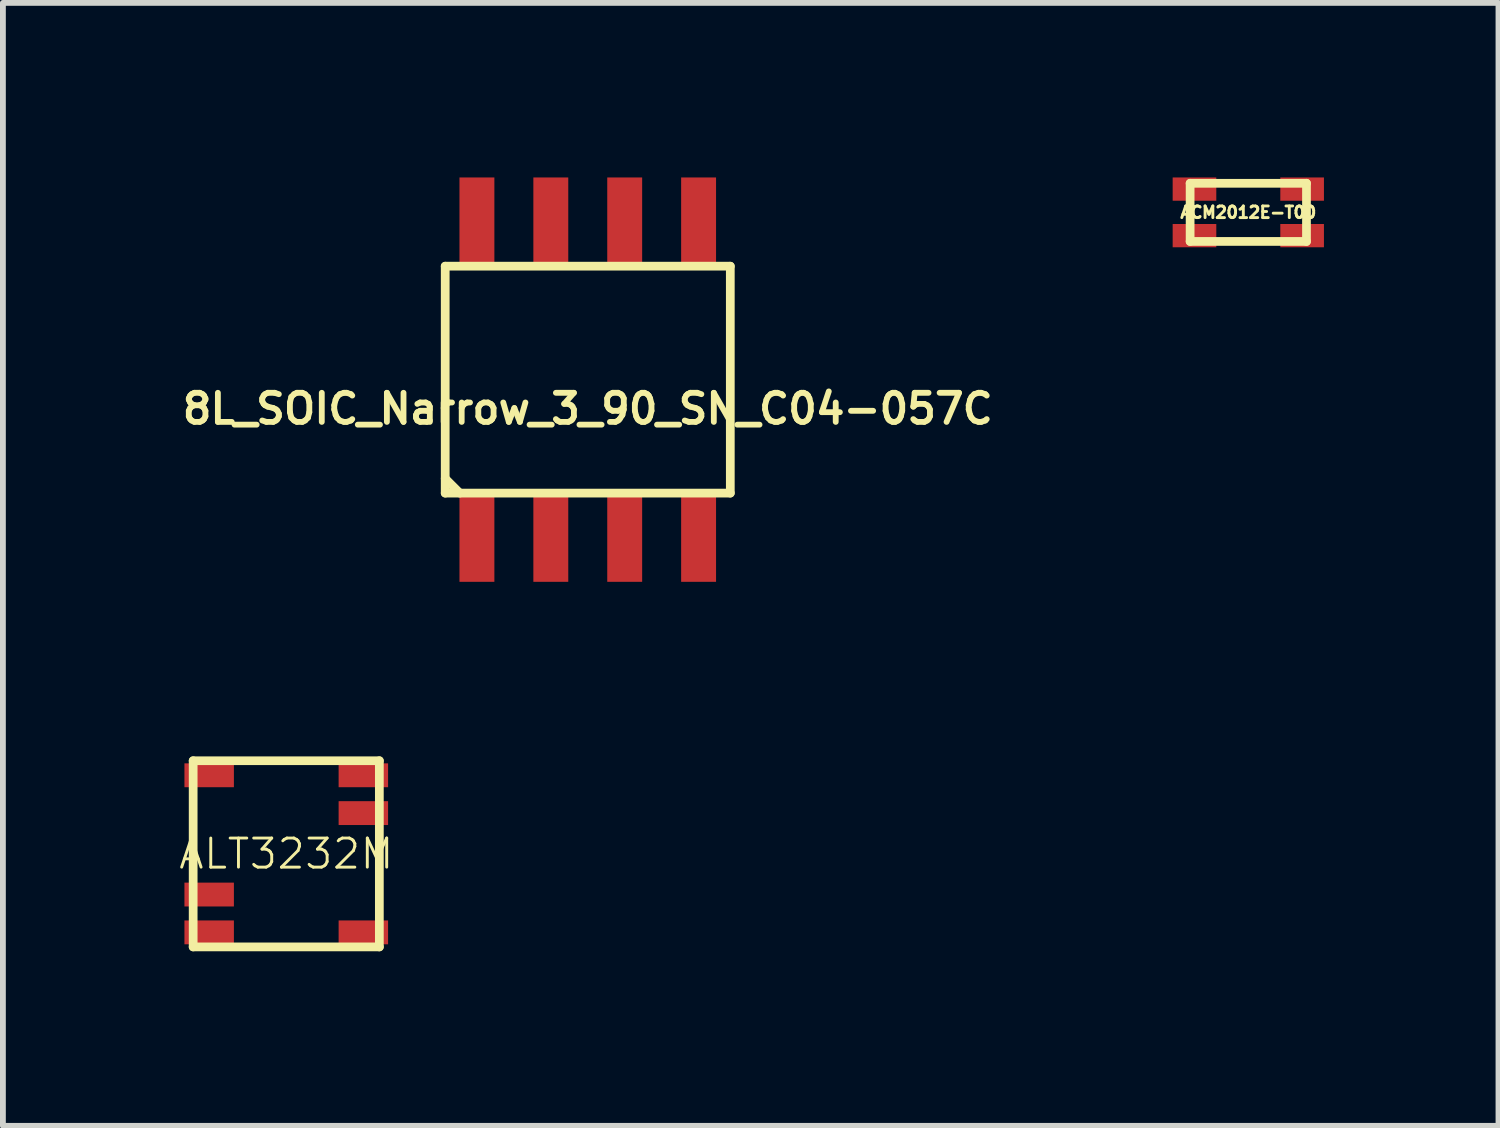
<source format=kicad_pcb>
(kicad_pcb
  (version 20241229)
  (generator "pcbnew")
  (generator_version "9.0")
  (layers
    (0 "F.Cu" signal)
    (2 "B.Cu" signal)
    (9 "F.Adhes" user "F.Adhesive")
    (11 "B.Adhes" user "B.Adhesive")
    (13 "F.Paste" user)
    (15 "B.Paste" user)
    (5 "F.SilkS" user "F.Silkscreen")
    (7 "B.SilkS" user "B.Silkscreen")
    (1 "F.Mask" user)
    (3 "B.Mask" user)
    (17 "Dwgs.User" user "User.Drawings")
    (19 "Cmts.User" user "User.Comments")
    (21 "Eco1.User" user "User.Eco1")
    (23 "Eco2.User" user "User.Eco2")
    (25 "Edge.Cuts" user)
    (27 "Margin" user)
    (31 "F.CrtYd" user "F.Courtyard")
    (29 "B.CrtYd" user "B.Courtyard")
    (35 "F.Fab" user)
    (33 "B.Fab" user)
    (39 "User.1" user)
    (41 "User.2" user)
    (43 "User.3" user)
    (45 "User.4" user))
  (footprint "ACM2012E-T00"
    (layer "F.Cu")
    (at 18.405 0.6)
    (property "Reference" "ACM2012E-T00" (at 0 0 0) (layer "F.SilkS") (effects (font (size 0.2 0.2) (thickness 0.05))))
    (attr through_hole)
    (fp_line (start -1 -0.5) (end 1 -0.5) (stroke (width 0.15) (type solid)) (layer "F.SilkS"))
    (fp_line (start -1 0.5) (end -1 -0.5) (stroke (width 0.15) (type solid)) (layer "F.SilkS"))
    (fp_line (start -1 0.5) (end 1 0.5) (stroke (width 0.15) (type solid)) (layer "F.SilkS"))
    (fp_line (start 1 0.5) (end 1 -0.5) (stroke (width 0.15) (type solid)) (layer "F.SilkS"))
    (pad "1" smd rect (at -0.925 -0.4) (size 0.75 0.4) (layers "F.Cu" "F.Mask" "F.Paste"))
    (pad "2" smd rect (at -0.925 0.4) (size 0.75 0.4) (layers "F.Cu" "F.Mask" "F.Paste"))
    (pad "3" smd rect (at 0.925 0.4) (size 0.75 0.4) (layers "F.Cu" "F.Mask" "F.Paste"))
    (pad "4" smd rect (at 0.925 -0.4) (size 0.75 0.4) (layers "F.Cu" "F.Mask" "F.Paste")))
  (footprint "ALT3232M"
    (layer "F.Cu")
    (at 1.87 11.625)
    (property "Reference" "ALT3232M" (at 0 0 0) (layer "F.SilkS") (effects (font (size 0.5 0.5) (thickness 0.05))))
    (attr through_hole)
    (fp_line (start -1.6 -1.6) (end 1.6 -1.6) (stroke (width 0.15) (type solid)) (layer "F.SilkS"))
    (fp_line (start -1.6 1.6) (end -1.6 -1.6) (stroke (width 0.15) (type solid)) (layer "F.SilkS"))
    (fp_line (start -1.6 1.6) (end 1.6 1.6) (stroke (width 0.15) (type solid)) (layer "F.SilkS"))
    (fp_line (start 1.6 1.6) (end 1.6 -1.6) (stroke (width 0.15) (type solid)) (layer "F.SilkS"))
    (pad "1" smd rect (at -1.325 1.35) (size 0.85 0.41) (layers "F.Cu" "F.Mask" "F.Paste"))
    (pad "2" smd rect (at -1.325 0.7) (size 0.85 0.41) (layers "F.Cu" "F.Mask" "F.Paste"))
    (pad "3" smd rect (at -1.325 -1.35) (size 0.85 0.41) (layers "F.Cu" "F.Mask" "F.Paste"))
    (pad "4" smd rect (at 1.325 -1.35) (size 0.85 0.41) (layers "F.Cu" "F.Mask" "F.Paste"))
    (pad "5" smd rect (at 1.325 -0.7) (size 0.85 0.41) (layers "F.Cu" "F.Mask" "F.Paste"))
    (pad "6" smd rect (at 1.325 1.35) (size 0.85 0.41) (layers "F.Cu" "F.Mask" "F.Paste")))
  (footprint "8L_SOIC_Narrow_3_90_SN_C04-057C"
    (layer "F.Cu")
    (at 7.052 3.475)
    (property "Reference" "8L_SOIC_Narrow_3_90_SN_C04-057C" (at 0 0.5 0) (layer "F.SilkS") (effects (font (size 0.5 0.5) (thickness 0.1))))
    (attr through_hole)
    (fp_line (start -2.45 -1.95) (end 2.45 -1.95) (stroke (width 0.15) (type solid)) (layer "F.SilkS"))
    (fp_line (start -2.45 1.7) (end -2.2 1.95) (stroke (width 0.15) (type solid)) (layer "F.SilkS"))
    (fp_line (start -2.45 1.95) (end -2.45 -1.95) (stroke (width 0.15) (type solid)) (layer "F.SilkS"))
    (fp_line (start -2.45 1.95) (end 2.45 1.95) (stroke (width 0.15) (type solid)) (layer "F.SilkS"))
    (fp_line (start 2.45 1.95) (end 2.45 -1.95) (stroke (width 0.15) (type solid)) (layer "F.SilkS"))
    (pad "1" smd rect (at -1.905 2.7) (size 0.6 1.55) (layers "F.Cu" "F.Mask" "F.Paste"))
    (pad "2" smd rect (at -0.635 2.7) (size 0.6 1.55) (layers "F.Cu" "F.Mask" "F.Paste"))
    (pad "3" smd rect (at 0.635 2.7) (size 0.6 1.55) (layers "F.Cu" "F.Mask" "F.Paste"))
    (pad "4" smd rect (at 1.905 2.7) (size 0.6 1.55) (layers "F.Cu" "F.Mask" "F.Paste"))
    (pad "5" smd rect (at 1.905 -2.7) (size 0.6 1.55) (layers "F.Cu" "F.Mask" "F.Paste"))
    (pad "6" smd rect (at 0.635 -2.7) (size 0.6 1.55) (layers "F.Cu" "F.Mask" "F.Paste"))
    (pad "7" smd rect (at -0.635 -2.7) (size 0.6 1.55) (layers "F.Cu" "F.Mask" "F.Paste"))
    (pad "8" smd rect (at -1.905 -2.7) (size 0.6 1.55) (layers "F.Cu" "F.Mask" "F.Paste")))
  (gr_rect
    (start -3 -3)
    (end 22.705 16.3)
    (stroke (width 0.1) (type default))
    (fill no)
    (layer "Edge.Cuts")))
</source>
